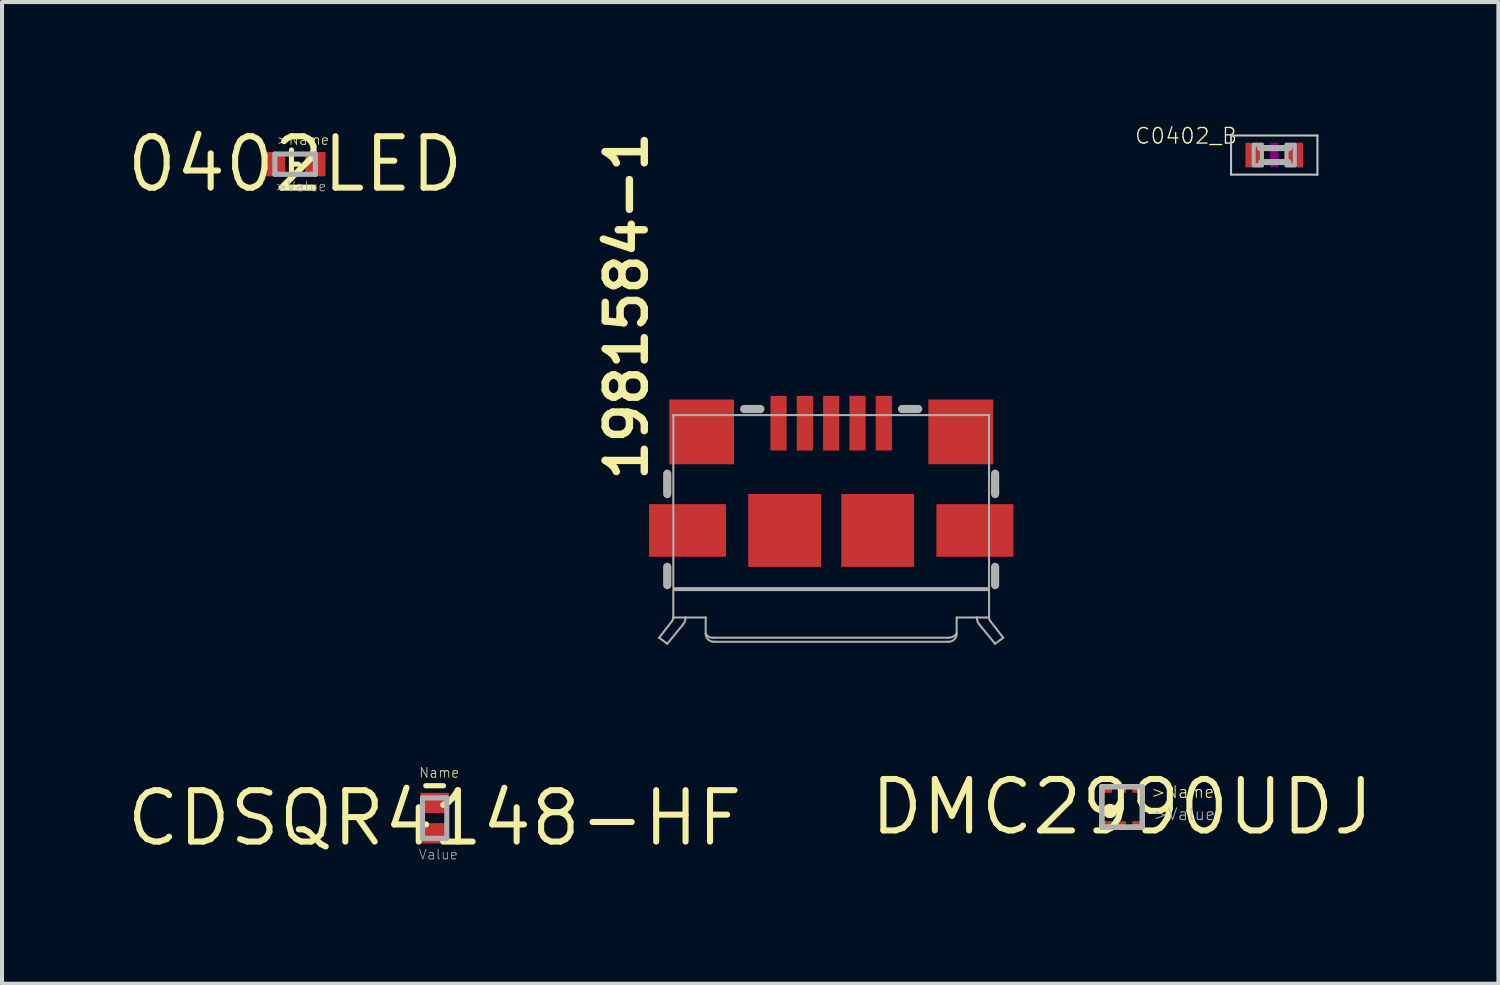
<source format=kicad_pcb>
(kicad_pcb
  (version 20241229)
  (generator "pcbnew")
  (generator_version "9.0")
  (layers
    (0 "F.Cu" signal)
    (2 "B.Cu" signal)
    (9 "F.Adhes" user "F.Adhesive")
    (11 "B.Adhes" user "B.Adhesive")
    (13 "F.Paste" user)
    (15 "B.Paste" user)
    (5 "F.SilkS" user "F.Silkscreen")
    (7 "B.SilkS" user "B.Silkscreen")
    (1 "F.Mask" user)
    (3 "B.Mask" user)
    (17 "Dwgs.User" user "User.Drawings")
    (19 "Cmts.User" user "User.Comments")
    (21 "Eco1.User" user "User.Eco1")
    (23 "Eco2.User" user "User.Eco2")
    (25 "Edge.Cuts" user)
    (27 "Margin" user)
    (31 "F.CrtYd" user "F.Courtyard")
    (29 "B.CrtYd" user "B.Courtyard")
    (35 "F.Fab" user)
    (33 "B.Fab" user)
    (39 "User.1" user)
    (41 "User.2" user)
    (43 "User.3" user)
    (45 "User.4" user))
  (footprint "CDSQR4148-HF"
    (layer "F.Cu")
    (at 7.688 17.162)
    (property "Reference" "CDSQR4148-HF" (at 0 0 0) (layer "F.SilkS") (effects (font (size 1.27 1.27) (thickness 0.15))))
    (attr through_hole)
    (fp_line (start -0.22 -0.8) (end 0.22 -0.8) (stroke (width 0.127) (type solid)) (layer "F.SilkS"))
    (fp_line (start -0.3 -0.5) (end -0.3 0.5) (stroke (width 0.127) (type solid)) (layer "F.Fab"))
    (fp_line (start -0.3 0.5) (end 0.3 0.5) (stroke (width 0.127) (type solid)) (layer "F.Fab"))
    (fp_line (start 0.3 -0.5) (end -0.3 -0.5) (stroke (width 0.127) (type solid)) (layer "F.Fab"))
    (fp_line (start 0.3 0.5) (end 0.3 -0.5) (stroke (width 0.127) (type solid)) (layer "F.Fab"))
    (fp_text user "Name" (at -0.4 -0.98 0) (layer "F.SilkS") (effects (font (size 0.241 0.241) (thickness 0.02)) (justify left bottom)))
    (fp_text user "Value" (at -0.41 1.04 0) (layer "F.Fab") (effects (font (size 0.241 0.241) (thickness 0.02)) (justify left bottom)))
    (pad "P$1" smd rect (at 0 -0.375) (size 0.7 0.5) (layers "F.Cu" "F.Mask" "F.Paste"))
    (pad "P$2" smd rect (at 0 0.375) (size 0.7 0.5) (layers "F.Cu" "F.Mask" "F.Paste")))
  (footprint "1981584-1"
    (layer "F.Cu")
    (at 17.485 11.505)
    (property "Reference" "1981584-1" (at -4.49 -2.6 90) (layer "F.SilkS") (effects (font (size 0.965 0.965) (thickness 0.183)) (justify left bottom)))
    (attr through_hole)
    (fp_line (start -4.25 1.2) (end -4.05 1.35) (stroke (width 0.051) (type solid)) (layer "F.Fab"))
    (fp_line (start -4.25 1.2) (end -3.931 0.789) (stroke (width 0.051) (type solid)) (layer "F.Fab"))
    (fp_line (start -4.05 -2.35) (end -4.05 -2.85) (stroke (width 0.203) (type solid)) (layer "F.Fab"))
    (fp_line (start -4.05 -0.1) (end -4.05 -0.55) (stroke (width 0.203) (type solid)) (layer "F.Fab"))
    (fp_line (start -4.05 1.35) (end -3.657 0.87) (stroke (width 0.051) (type solid)) (layer "F.Fab"))
    (fp_line (start -3.9 -4.3) (end 3.9 -4.3) (stroke (width 0.051) (type solid)) (layer "F.Fab"))
    (fp_line (start -3.9 0.7) (end -3.9 -4.3) (stroke (width 0.051) (type solid)) (layer "F.Fab"))
    (fp_line (start -3.6 0.7) (end -3.9 0.7) (stroke (width 0.051) (type solid)) (layer "F.Fab"))
    (fp_line (start -3.6 0.709) (end -3.6 0.7) (stroke (width 0.051) (type solid)) (layer "F.Fab"))
    (fp_line (start -3.1 0.7) (end -3.6 0.7) (stroke (width 0.051) (type solid)) (layer "F.Fab"))
    (fp_line (start -3.1 1.1) (end -3.1 0.7) (stroke (width 0.051) (type solid)) (layer "F.Fab"))
    (fp_line (start -1.75 -4.45) (end -2.15 -4.45) (stroke (width 0.203) (type solid)) (layer "F.Fab"))
    (fp_line (start 1.75 -4.45) (end 2.15 -4.45) (stroke (width 0.203) (type solid)) (layer "F.Fab"))
    (fp_line (start 2.9 1.2) (end -2.9 1.2) (stroke (width 0.051) (type solid)) (layer "F.Fab"))
    (fp_line (start 2.9 1.3) (end -2.9 1.3) (stroke (width 0.051) (type solid)) (layer "F.Fab"))
    (fp_line (start 3.1 0.7) (end 3.1 1.1) (stroke (width 0.051) (type solid)) (layer "F.Fab"))
    (fp_line (start 3.6 0.7) (end 3.1 0.7) (stroke (width 0.051) (type solid)) (layer "F.Fab"))
    (fp_line (start 3.6 0.709) (end 3.6 0.7) (stroke (width 0.051) (type solid)) (layer "F.Fab"))
    (fp_line (start 3.85 0) (end -3.85 0) (stroke (width 0.1) (type solid)) (layer "F.Fab"))
    (fp_line (start 3.9 -4.3) (end 3.9 0.7) (stroke (width 0.051) (type solid)) (layer "F.Fab"))
    (fp_line (start 3.9 0.7) (end 3.6 0.7) (stroke (width 0.051) (type solid)) (layer "F.Fab"))
    (fp_line (start 4.05 -2.35) (end 4.05 -2.85) (stroke (width 0.203) (type solid)) (layer "F.Fab"))
    (fp_line (start 4.05 -0.1) (end 4.05 -0.55) (stroke (width 0.203) (type solid)) (layer "F.Fab"))
    (fp_line (start 4.05 1.35) (end 3.657 0.87) (stroke (width 0.051) (type solid)) (layer "F.Fab"))
    (fp_line (start 4.25 1.2) (end 3.931 0.789) (stroke (width 0.051) (type solid)) (layer "F.Fab"))
    (fp_line (start 4.25 1.2) (end 4.05 1.35) (stroke (width 0.051) (type solid)) (layer "F.Fab"))
    (fp_arc (start -3.899999 0.7) (mid -3.907882 0.747312) (end -3.9307 0.7895) (stroke (width 0.0508) (type solid)) (layer "F.Fab"))
    (fp_arc (start -3.599999 0.7093) (mid -3.614767 0.794721) (end -3.6574 0.8702) (stroke (width 0.0508) (type solid)) (layer "F.Fab"))
    (fp_arc (start -2.9 1.2) (mid -3.015139 1.180277) (end -3.1 1.099998) (stroke (width 0.0508) (type solid)) (layer "F.Fab"))
    (fp_arc (start -2.9 1.3) (mid -3.041421 1.241421) (end -3.1 1.1) (stroke (width 0.0508) (type solid)) (layer "F.Fab"))
    (fp_arc (start 3.1 1.1) (mid 3.011803 1.173607) (end 2.899999 1.2) (stroke (width 0.0508) (type solid)) (layer "F.Fab"))
    (fp_arc (start 3.1 1.1) (mid 3.041421 1.241421) (end 2.9 1.3) (stroke (width 0.0508) (type solid)) (layer "F.Fab"))
    (fp_arc (start 3.6574 0.8702) (mid 3.614767 0.79472) (end 3.599999 0.7093) (stroke (width 0.0508) (type solid)) (layer "F.Fab"))
    (fp_arc (start 3.9307 0.7895) (mid 3.907877 0.747314) (end 3.9 0.700001) (stroke (width 0.0508) (type solid)) (layer "F.Fab"))
    (pad "1" smd rect (at -1.3 -4.1 90) (size 1.35 0.4) (layers "F.Cu" "F.Mask" "F.Paste"))
    (pad "2" smd rect (at -0.65 -4.1 90) (size 1.35 0.4) (layers "F.Cu" "F.Mask" "F.Paste"))
    (pad "3" smd rect (at 0 -4.1 90) (size 1.35 0.4) (layers "F.Cu" "F.Mask" "F.Paste"))
    (pad "4" smd rect (at 0.65 -4.1 90) (size 1.35 0.4) (layers "F.Cu" "F.Mask" "F.Paste"))
    (pad "5" smd rect (at 1.3 -4.1 90) (size 1.35 0.4) (layers "F.Cu" "F.Mask" "F.Paste"))
    (pad "M1" smd rect (at -1.15 -1.45) (size 1.8 1.8) (layers "F.Cu" "F.Mask" "F.Paste"))
    (pad "M2" smd rect (at 1.15 -1.45) (size 1.8 1.8) (layers "F.Cu" "F.Mask" "F.Paste"))
    (pad "S1" smd rect (at -3.55 -1.45) (size 1.9 1.3) (layers "F.Cu" "F.Mask" "F.Paste"))
    (pad "S2" smd rect (at 3.55 -1.45) (size 1.9 1.3) (layers "F.Cu" "F.Mask" "F.Paste"))
    (pad "S3" smd rect (at -3.2 -3.885) (size 1.6 1.6) (layers "F.Cu" "F.Mask" "F.Paste"))
    (pad "S4" smd rect (at 3.2 -3.885) (size 1.6 1.6) (layers "F.Cu" "F.Mask" "F.Paste")))
  (footprint "0402LED"
    (layer "F.Cu")
    (at 4.241 1.006)
    (property "Reference" "0402LED" (at 0 0 0) (layer "F.SilkS") (effects (font (size 1.27 1.27) (thickness 0.15))))
    (attr through_hole)
    (fp_line (start -0.09 -0.35) (end -0.09 0.35) (stroke (width 0.127) (type solid)) (layer "F.SilkS"))
    (fp_line (start -0.08 0) (end 0.08 0) (stroke (width 0.127) (type solid)) (layer "F.SilkS"))
    (fp_line (start -0.5 -0.25) (end 0.5 -0.25) (stroke (width 0.127) (type solid)) (layer "F.Fab"))
    (fp_line (start -0.5 0.25) (end -0.5 -0.25) (stroke (width 0.127) (type solid)) (layer "F.Fab"))
    (fp_line (start 0.5 -0.25) (end 0.5 0.25) (stroke (width 0.127) (type solid)) (layer "F.Fab"))
    (fp_line (start 0.5 0.25) (end -0.5 0.25) (stroke (width 0.127) (type solid)) (layer "F.Fab"))
    (fp_text user ">Name" (at -0.47 -0.46 0) (layer "F.SilkS") (effects (font (size 0.241 0.241) (thickness 0.02)) (justify left bottom)))
    (fp_text user ">Value" (at -0.51 0.69 0) (layer "F.Fab") (effects (font (size 0.241 0.241) (thickness 0.02)) (justify left bottom)))
    (pad "P$1" smd rect (at -0.5 0) (size 0.5 0.6) (layers "F.Cu" "F.Mask" "F.Paste"))
    (pad "P$2" smd rect (at 0.5 0) (size 0.5 0.6) (layers "F.Cu" "F.Mask" "F.Paste")))
  (footprint "C0402_B"
    (layer "F.Cu")
    (at 28.431 0.781)
    (property "Reference" "C0402_B" (at -0.889 -0.699 0) (layer "F.SilkS") (effects (font (size 0.386 0.386) (thickness 0.033)) (justify right top)))
    (attr through_hole)
    (fp_poly (pts (xy -0.102 0.305) (xy 0.102 0.305) (xy 0.102 -0.305) (xy -0.102 -0.305)) (stroke (width 0) (type solid)) (fill yes) (layer "F.Adhes"))
    (fp_line (start -1.067 -0.483) (end 1.067 -0.483) (stroke (width 0.051) (type solid)) (layer "Dwgs.User"))
    (fp_line (start -1.067 0.483) (end -1.067 -0.483) (stroke (width 0.051) (type solid)) (layer "Dwgs.User"))
    (fp_line (start 1.067 -0.483) (end 1.067 0.483) (stroke (width 0.051) (type solid)) (layer "Dwgs.User"))
    (fp_line (start 1.067 0.483) (end -1.067 0.483) (stroke (width 0.051) (type solid)) (layer "Dwgs.User"))
    (fp_line (start -0.347 -0.173) (end 0.372 -0.173) (stroke (width 0.152) (type solid)) (layer "F.Fab"))
    (fp_line (start 0.347 0.173) (end -0.321 0.173) (stroke (width 0.152) (type solid)) (layer "F.Fab"))
    (fp_poly (pts (xy -0.508 0.254) (xy -0.305 0.254) (xy -0.305 -0.254) (xy -0.508 -0.254)) (stroke (width 0.1) (type solid)) (fill no) (layer "F.Fab"))
    (fp_poly (pts (xy 0.305 0.254) (xy 0.508 0.254) (xy 0.508 -0.254) (xy 0.305 -0.254)) (stroke (width 0.1) (type solid)) (fill no) (layer "F.Fab"))
    (pad "1" smd rect (at -0.483 0) (size 0.457 0.61) (layers "F.Cu" "F.Mask" "F.Paste"))
    (pad "2" smd rect (at 0.483 0) (size 0.457 0.61) (layers "F.Cu" "F.Mask" "F.Paste")))
  (footprint "DMC2990UDJ"
    (layer "F.Cu")
    (at 24.672 16.886)
    (property "Reference" "DMC2990UDJ" (at 0 0 0) (layer "F.SilkS") (effects (font (size 1.27 1.27) (thickness 0.15))))
    (attr through_hole)
    (fp_line (start -0.5 -0.5) (end 0.5 -0.5) (stroke (width 0.127) (type solid)) (layer "F.SilkS"))
    (fp_line (start -0.5 0.5) (end -0.5 -0.5) (stroke (width 0.127) (type solid)) (layer "F.SilkS"))
    (fp_line (start 0.5 -0.5) (end 0.5 0.5) (stroke (width 0.127) (type solid)) (layer "F.SilkS"))
    (fp_line (start 0.5 0.5) (end -0.5 0.5) (stroke (width 0.127) (type solid)) (layer "F.SilkS"))
    (fp_circle (center -0.3 0.1) (end -0.25 0.1) (stroke (width 0.127) (type solid)) (fill no) (layer "F.SilkS"))
    (fp_line (start -0.5 -0.5) (end 0.5 -0.5) (stroke (width 0.127) (type solid)) (layer "F.Fab"))
    (fp_line (start -0.5 0.5) (end -0.5 -0.5) (stroke (width 0.127) (type solid)) (layer "F.Fab"))
    (fp_line (start 0.5 -0.5) (end 0.5 0.5) (stroke (width 0.127) (type solid)) (layer "F.Fab"))
    (fp_line (start 0.5 0.5) (end -0.5 0.5) (stroke (width 0.127) (type solid)) (layer "F.Fab"))
    (fp_text user ">Name" (at 0.7 -0.2 0) (layer "F.SilkS") (effects (font (size 0.29 0.29) (thickness 0.024)) (justify left bottom)))
    (fp_text user ">Value" (at 0.75 0.35 0) (layer "F.Fab") (effects (font (size 0.29 0.29) (thickness 0.024)) (justify left bottom)))
    (pad "P$1" smd rect (at -0.35 0.45) (size 0.2 0.2) (layers "F.Cu" "F.Mask" "F.Paste"))
    (pad "P$2" smd rect (at 0 0.45) (size 0.2 0.2) (layers "F.Cu" "F.Mask" "F.Paste"))
    (pad "P$3" smd rect (at 0.35 0.45) (size 0.2 0.2) (layers "F.Cu" "F.Mask" "F.Paste"))
    (pad "P$4" smd rect (at 0.35 -0.45) (size 0.2 0.2) (layers "F.Cu" "F.Mask" "F.Paste"))
    (pad "P$5" smd rect (at 0 -0.45) (size 0.2 0.2) (layers "F.Cu" "F.Mask" "F.Paste"))
    (pad "P$6" smd rect (at -0.35 -0.45) (size 0.2 0.2) (layers "F.Cu" "F.Mask" "F.Paste")))
  (gr_rect
    (start -3 -3)
    (end 33.969 21.254)
    (stroke (width 0.1) (type default))
    (fill no)
    (layer "Edge.Cuts")))
</source>
